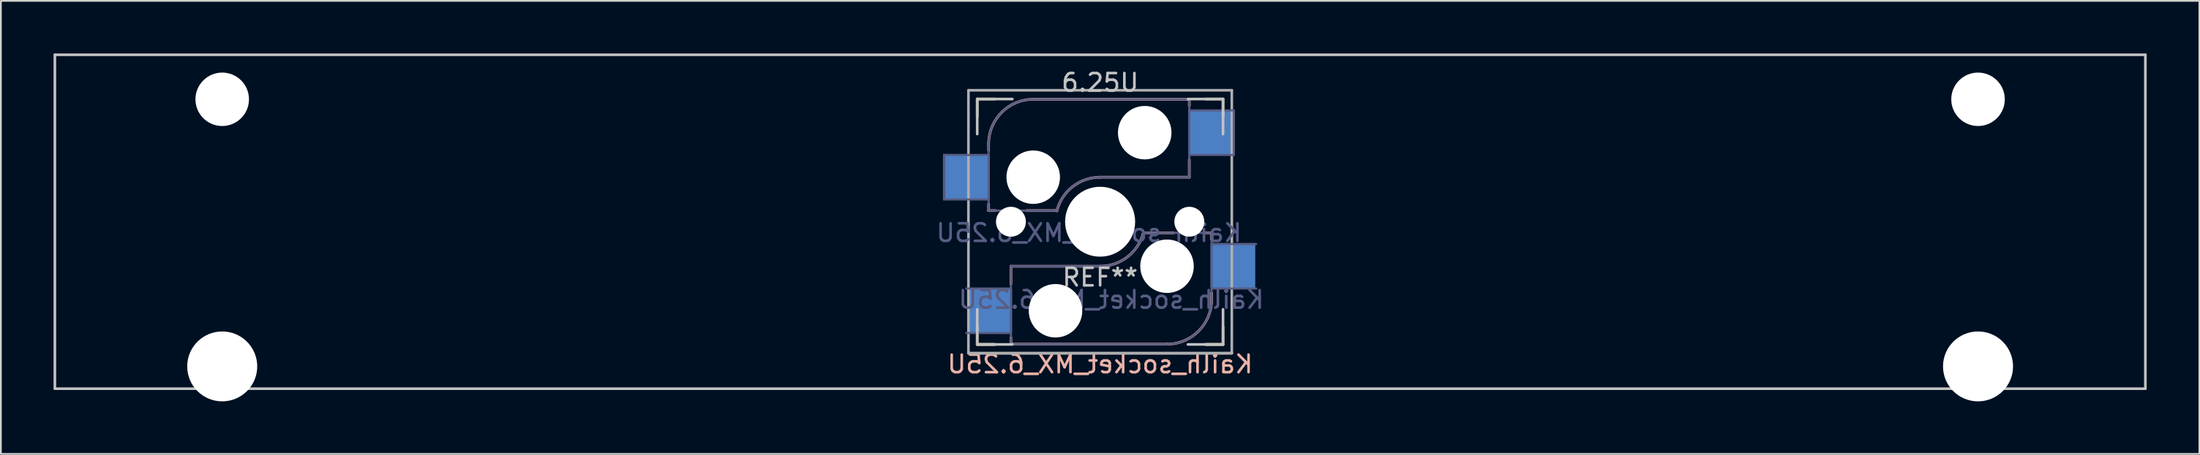
<source format=kicad_pcb>
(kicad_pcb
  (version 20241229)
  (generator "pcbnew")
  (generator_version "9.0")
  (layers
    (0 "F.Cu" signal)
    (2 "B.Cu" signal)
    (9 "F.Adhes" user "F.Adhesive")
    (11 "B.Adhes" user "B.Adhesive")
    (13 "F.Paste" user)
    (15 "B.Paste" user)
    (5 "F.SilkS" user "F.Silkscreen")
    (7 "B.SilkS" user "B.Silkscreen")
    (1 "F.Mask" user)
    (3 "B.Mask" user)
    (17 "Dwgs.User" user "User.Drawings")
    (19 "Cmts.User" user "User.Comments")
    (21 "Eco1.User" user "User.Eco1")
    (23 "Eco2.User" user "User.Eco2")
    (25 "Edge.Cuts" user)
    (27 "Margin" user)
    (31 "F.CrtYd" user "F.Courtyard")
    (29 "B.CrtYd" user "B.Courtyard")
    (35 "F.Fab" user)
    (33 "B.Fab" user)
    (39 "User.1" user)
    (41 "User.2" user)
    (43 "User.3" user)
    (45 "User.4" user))
  (footprint "Kailh_socket_MX_6.25U"
    (layer "F.Cu")
    (at 59.606 9.6)
    (property "Reference" "Kailh_socket_MX_6.25U" (at 0 8.128 0) (layer "B.SilkS") (effects (font (size 1 1) (thickness 0.15)) (justify mirror)))
    (property "Value" "Kailh_socket_MX_6.25U" (at 0 8.255 0) (layer "F.Fab") (hide yes) (effects (font (size 1 1) (thickness 0.15))))
    (attr smd)
    (fp_line (start -7 -6) (end -7 -7) (stroke (width 0.15) (type solid)) (layer "F.SilkS"))
    (fp_line (start -7 7) (end -7 6) (stroke (width 0.15) (type solid)) (layer "F.SilkS"))
    (fp_line (start -7 7) (end -6 7) (stroke (width 0.15) (type solid)) (layer "F.SilkS"))
    (fp_line (start -7 7) (end -6 7) (stroke (width 0.15) (type solid)) (layer "F.SilkS"))
    (fp_line (start -6 -7) (end -7 -7) (stroke (width 0.15) (type solid)) (layer "F.SilkS"))
    (fp_line (start 6 7) (end 7 7) (stroke (width 0.15) (type solid)) (layer "F.SilkS"))
    (fp_line (start 6 7) (end 7 7) (stroke (width 0.15) (type solid)) (layer "F.SilkS"))
    (fp_line (start 7 -7) (end 6 -7) (stroke (width 0.15) (type solid)) (layer "F.SilkS"))
    (fp_line (start 7 -7) (end 7 -6) (stroke (width 0.15) (type solid)) (layer "F.SilkS"))
    (fp_line (start 7 6) (end 7 7) (stroke (width 0.15) (type solid)) (layer "F.SilkS"))
    (fp_line (start -6.35 -4.445) (end -6.35 -4.064) (stroke (width 0.15) (type solid)) (layer "B.SilkS"))
    (fp_line (start -6.35 -1.016) (end -6.35 -0.635) (stroke (width 0.15) (type solid)) (layer "B.SilkS"))
    (fp_line (start -5.969 -0.635) (end -6.35 -0.635) (stroke (width 0.15) (type solid)) (layer "B.SilkS"))
    (fp_line (start -5.08 2.54) (end 0 2.54) (stroke (width 0.15) (type solid)) (layer "B.SilkS"))
    (fp_line (start -5.08 3.556) (end -5.08 2.54) (stroke (width 0.15) (type solid)) (layer "B.SilkS"))
    (fp_line (start -5.08 6.985) (end -5.08 6.604) (stroke (width 0.15) (type solid)) (layer "B.SilkS"))
    (fp_line (start -3.81 -6.985) (end 5.08 -6.985) (stroke (width 0.15) (type solid)) (layer "B.SilkS"))
    (fp_line (start -2.464 -0.635) (end -4.191 -0.635) (stroke (width 0.15) (type solid)) (layer "B.SilkS"))
    (fp_line (start 2.464 0.635) (end 4.191 0.635) (stroke (width 0.15) (type solid)) (layer "B.SilkS"))
    (fp_line (start 3.81 6.985) (end -5.08 6.985) (stroke (width 0.15) (type solid)) (layer "B.SilkS"))
    (fp_line (start 5.08 -6.985) (end 5.08 -6.604) (stroke (width 0.15) (type solid)) (layer "B.SilkS"))
    (fp_line (start 5.08 -3.556) (end 5.08 -2.54) (stroke (width 0.15) (type solid)) (layer "B.SilkS"))
    (fp_line (start 5.08 -2.54) (end 0 -2.54) (stroke (width 0.15) (type solid)) (layer "B.SilkS"))
    (fp_line (start 5.969 0.635) (end 6.35 0.635) (stroke (width 0.15) (type solid)) (layer "B.SilkS"))
    (fp_line (start 6.35 1.016) (end 6.35 0.635) (stroke (width 0.15) (type solid)) (layer "B.SilkS"))
    (fp_line (start 6.35 4.445) (end 6.35 4.064) (stroke (width 0.15) (type solid)) (layer "B.SilkS"))
    (fp_arc (start -6.35 -4.445) (mid -5.606051 -6.241051) (end -3.81 -6.985) (stroke (width 0.15) (type solid)) (layer "B.SilkS"))
    (fp_arc (start -2.464162 -0.61604) (mid -1.563147 -2.002042) (end 0 -2.54) (stroke (width 0.15) (type solid)) (layer "B.SilkS"))
    (fp_arc (start 2.464162 0.61604) (mid 1.563147 2.002042) (end 0 2.54) (stroke (width 0.15) (type solid)) (layer "B.SilkS"))
    (fp_arc (start 6.35 4.445) (mid 5.606051 6.241051) (end 3.81 6.985) (stroke (width 0.15) (type solid)) (layer "B.SilkS"))
    (fp_line (start -59.531 -9.525) (end 59.531 -9.525) (stroke (width 0.15) (type solid)) (layer "Dwgs.User"))
    (fp_line (start -59.531 9.525) (end -59.531 -9.525) (stroke (width 0.15) (type solid)) (layer "Dwgs.User"))
    (fp_line (start -59.531 9.525) (end 59.531 9.525) (stroke (width 0.15) (type solid)) (layer "Dwgs.User"))
    (fp_line (start -7 -7) (end -7 -5) (stroke (width 0.15) (type solid)) (layer "Dwgs.User"))
    (fp_line (start -7 5) (end -7 7) (stroke (width 0.15) (type solid)) (layer "Dwgs.User"))
    (fp_line (start -7 7) (end -5 7) (stroke (width 0.15) (type solid)) (layer "Dwgs.User"))
    (fp_line (start -5 -7) (end -7 -7) (stroke (width 0.15) (type solid)) (layer "Dwgs.User"))
    (fp_line (start 5 -7) (end 7 -7) (stroke (width 0.15) (type solid)) (layer "Dwgs.User"))
    (fp_line (start 5 7) (end 7 7) (stroke (width 0.15) (type solid)) (layer "Dwgs.User"))
    (fp_line (start 7 -7) (end 7 -5) (stroke (width 0.15) (type solid)) (layer "Dwgs.User"))
    (fp_line (start 7 7) (end 7 5) (stroke (width 0.15) (type solid)) (layer "Dwgs.User"))
    (fp_line (start 59.531 -9.525) (end 59.531 9.525) (stroke (width 0.15) (type solid)) (layer "Dwgs.User"))
    (fp_line (start -6.9 6.9) (end -6.9 -6.9) (stroke (width 0.15) (type solid)) (layer "Eco2.User"))
    (fp_line (start -6.9 6.9) (end 6.9 6.9) (stroke (width 0.15) (type solid)) (layer "Eco2.User"))
    (fp_line (start -6.9 6.9) (end 6.9 6.9) (stroke (width 0.15) (type solid)) (layer "Eco2.User"))
    (fp_line (start 6.9 -6.9) (end -6.9 -6.9) (stroke (width 0.15) (type solid)) (layer "Eco2.User"))
    (fp_line (start 6.9 -6.9) (end 6.9 6.9) (stroke (width 0.15) (type solid)) (layer "Eco2.User"))
    (fp_line (start -8.89 -3.81) (end -6.35 -3.81) (stroke (width 0.12) (type solid)) (layer "B.Fab"))
    (fp_line (start -8.89 -1.27) (end -8.89 -3.81) (stroke (width 0.12) (type solid)) (layer "B.Fab"))
    (fp_line (start -7.62 3.81) (end -5.08 3.81) (stroke (width 0.12) (type solid)) (layer "B.Fab"))
    (fp_line (start -6.35 -1.27) (end -8.89 -1.27) (stroke (width 0.12) (type solid)) (layer "B.Fab"))
    (fp_line (start -6.35 -0.635) (end -6.35 -4.445) (stroke (width 0.12) (type solid)) (layer "B.Fab"))
    (fp_line (start -6.35 -0.635) (end -2.54 -0.635) (stroke (width 0.12) (type solid)) (layer "B.Fab"))
    (fp_line (start -5.08 2.54) (end 0 2.54) (stroke (width 0.12) (type solid)) (layer "B.Fab"))
    (fp_line (start -5.08 6.35) (end -7.62 6.35) (stroke (width 0.12) (type solid)) (layer "B.Fab"))
    (fp_line (start -5.08 6.985) (end -5.08 2.54) (stroke (width 0.12) (type solid)) (layer "B.Fab"))
    (fp_line (start -3.81 -6.985) (end 5.08 -6.985) (stroke (width 0.12) (type solid)) (layer "B.Fab"))
    (fp_line (start 3.81 6.985) (end -5.08 6.985) (stroke (width 0.12) (type solid)) (layer "B.Fab"))
    (fp_line (start 5.08 -6.985) (end 5.08 -2.54) (stroke (width 0.12) (type solid)) (layer "B.Fab"))
    (fp_line (start 5.08 -6.35) (end 7.62 -6.35) (stroke (width 0.12) (type solid)) (layer "B.Fab"))
    (fp_line (start 5.08 -2.54) (end 0 -2.54) (stroke (width 0.12) (type solid)) (layer "B.Fab"))
    (fp_line (start 6.35 0.635) (end 2.54 0.635) (stroke (width 0.12) (type solid)) (layer "B.Fab"))
    (fp_line (start 6.35 0.635) (end 6.35 4.445) (stroke (width 0.12) (type solid)) (layer "B.Fab"))
    (fp_line (start 6.35 1.27) (end 8.89 1.27) (stroke (width 0.12) (type solid)) (layer "B.Fab"))
    (fp_line (start 7.62 -6.35) (end 7.62 -3.81) (stroke (width 0.12) (type solid)) (layer "B.Fab"))
    (fp_line (start 7.62 -3.81) (end 5.08 -3.81) (stroke (width 0.12) (type solid)) (layer "B.Fab"))
    (fp_line (start 8.89 3.81) (end 6.35 3.81) (stroke (width 0.12) (type solid)) (layer "B.Fab"))
    (fp_arc (start -6.35 -4.445) (mid -5.606051 -6.241051) (end -3.81 -6.985) (stroke (width 0.12) (type solid)) (layer "B.Fab"))
    (fp_arc (start -2.464162 -0.61604) (mid -1.563147 -2.002042) (end 0 -2.54) (stroke (width 0.12) (type solid)) (layer "B.Fab"))
    (fp_arc (start 2.464162 0.61604) (mid 1.563147 2.002042) (end 0 2.54) (stroke (width 0.12) (type solid)) (layer "B.Fab"))
    (fp_arc (start 6.35 4.445) (mid 5.606051 6.241051) (end 3.81 6.985) (stroke (width 0.12) (type solid)) (layer "B.Fab"))
    (fp_line (start -7.5 -7.5) (end 7.5 -7.5) (stroke (width 0.15) (type solid)) (layer "F.Fab"))
    (fp_line (start -7.5 7.5) (end -7.5 -7.5) (stroke (width 0.15) (type solid)) (layer "F.Fab"))
    (fp_line (start 7.5 -7.5) (end 7.5 7.5) (stroke (width 0.15) (type solid)) (layer "F.Fab"))
    (fp_line (start 7.5 7.5) (end -7.5 7.5) (stroke (width 0.15) (type solid)) (layer "F.Fab"))
    (fp_line (start 7.5 7.5) (end -7.5 7.5) (stroke (width 0.15) (type solid)) (layer "F.Fab"))
    (fp_text user "6.25U" (at 0 -7.938 0) (layer "Dwgs.User") (effects (font (size 1 1) (thickness 0.15))))
    (fp_text user "REF**" (at 0 3.175 0) (layer "Dwgs.User") (effects (font (size 1 1) (thickness 0.15))))
    (fp_text user "${REFERENCE}" (at 0.635 4.445 180) (layer "B.Fab") (effects (font (size 1 1) (thickness 0.15)) (justify mirror)))
    (fp_text user "${VALUE}" (at -0.635 0.635 0) (layer "B.Fab") (effects (font (size 1 1) (thickness 0.15)) (justify mirror)))
    (pad "" np_thru_hole circle (at -50 -6.985) (size 3.048 3.048) (drill 3.048) (layers "*.Cu" "*.Mask"))
    (pad "" np_thru_hole circle (at -50 8.255) (size 3.988 3.988) (drill 3.988) (layers "*.Cu" "*.Mask"))
    (pad "" np_thru_hole circle (at -5.08 0) (size 1.702 1.702) (drill 1.702) (layers "*.Cu" "*.Mask"))
    (pad "" np_thru_hole circle (at -3.81 -2.54) (size 3.048 3.048) (drill 3.048) (layers "*.Cu" "*.Mask"))
    (pad "" np_thru_hole circle (at -2.54 5.08 180) (size 3.048 3.048) (drill 3.048) (layers "*.Cu" "*.Mask"))
    (pad "" np_thru_hole circle (at 0 0) (size 3.988 3.988) (drill 3.988) (layers "*.Cu" "*.Mask"))
    (pad "" np_thru_hole circle (at 2.54 -5.08) (size 3.048 3.048) (drill 3.048) (layers "*.Cu" "*.Mask"))
    (pad "" np_thru_hole circle (at 3.81 2.54 180) (size 3.048 3.048) (drill 3.048) (layers "*.Cu" "*.Mask"))
    (pad "" np_thru_hole circle (at 5.08 0) (size 1.702 1.702) (drill 1.702) (layers "*.Cu" "*.Mask"))
    (pad "" np_thru_hole circle (at 50 -6.985) (size 3.048 3.048) (drill 3.048) (layers "*.Cu" "*.Mask"))
    (pad "" np_thru_hole circle (at 50 8.255) (size 3.988 3.988) (drill 3.988) (layers "*.Cu" "*.Mask"))
    (pad "1" smd rect (at -7.56 -2.54) (size 2.55 2.5) (layers "B.Cu" "B.Mask" "B.Paste"))
    (pad "1" smd rect (at -6.29 5.08 180) (size 2.55 2.5) (layers "B.Cu" "B.Mask" "B.Paste"))
    (pad "2" smd rect (at 6.29 -5.08) (size 2.55 2.5) (layers "B.Cu" "B.Mask" "B.Paste"))
    (pad "2" smd rect (at 7.56 2.54 180) (size 2.55 2.5) (layers "B.Cu" "B.Mask" "B.Paste")))
  (gr_rect
    (start -3 -3)
    (end 122.213 22.849)
    (stroke (width 0.1) (type default))
    (fill no)
    (layer "Edge.Cuts")))
</source>
